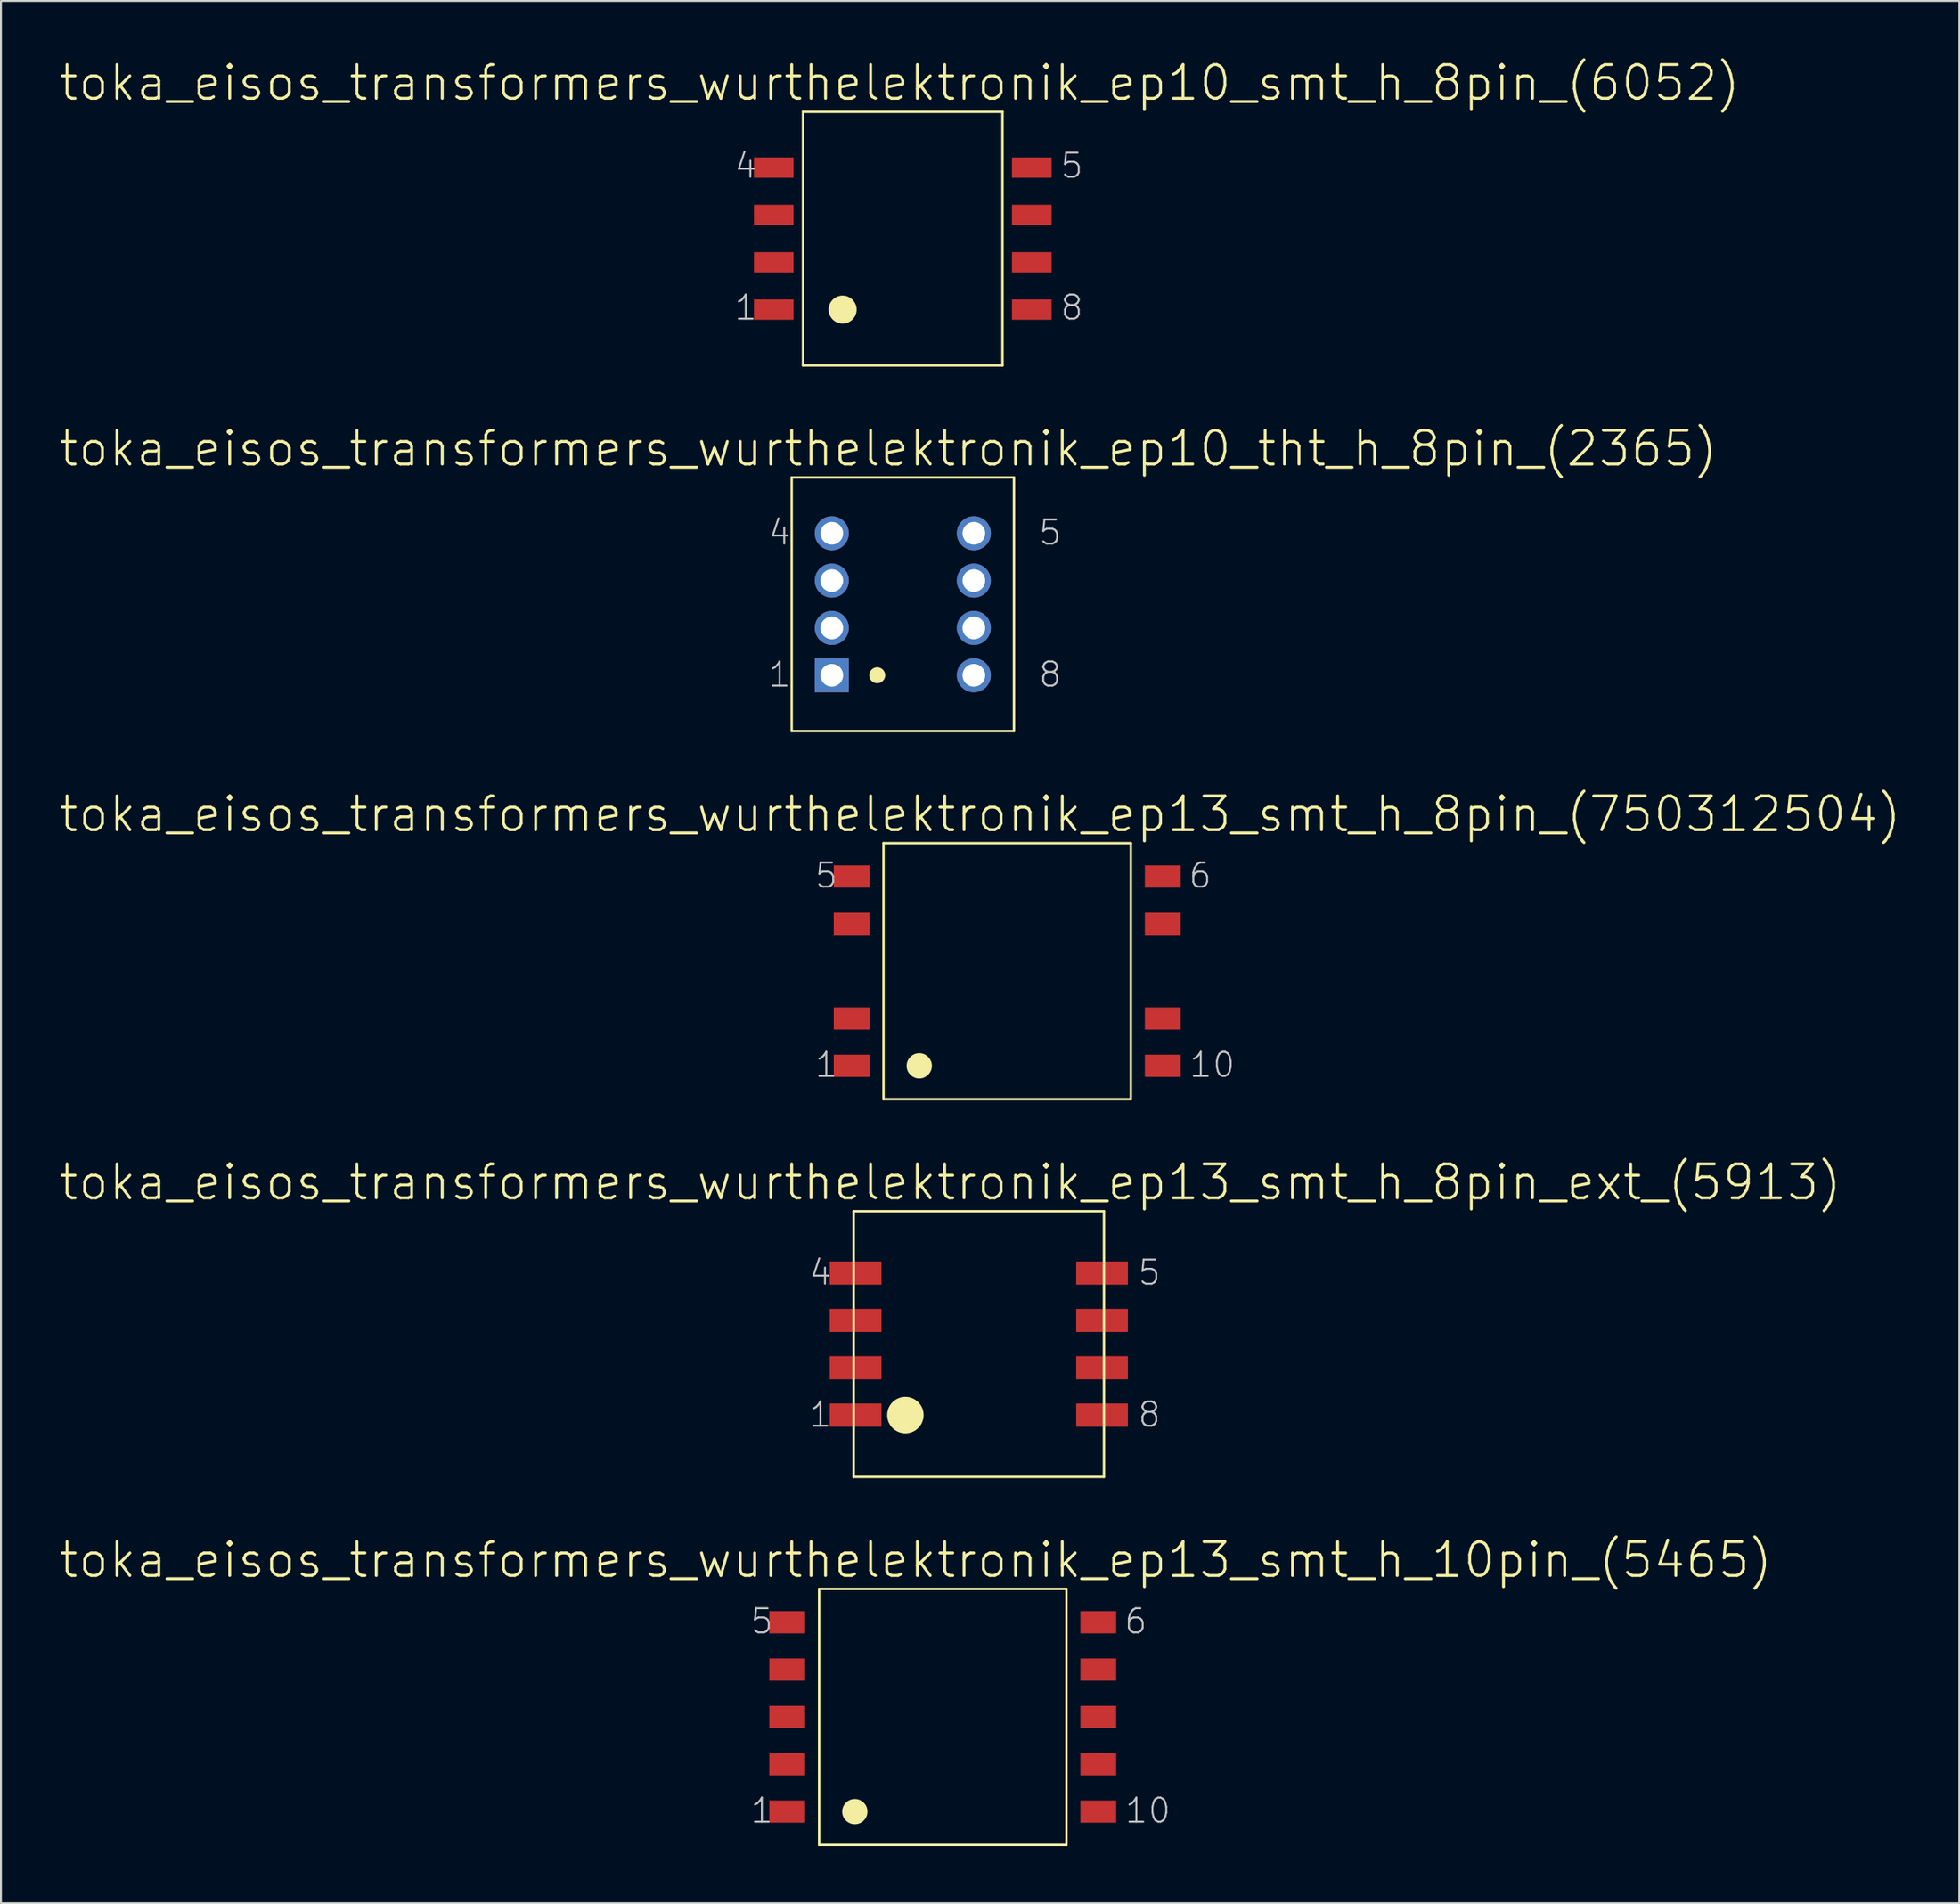
<source format=kicad_pcb>
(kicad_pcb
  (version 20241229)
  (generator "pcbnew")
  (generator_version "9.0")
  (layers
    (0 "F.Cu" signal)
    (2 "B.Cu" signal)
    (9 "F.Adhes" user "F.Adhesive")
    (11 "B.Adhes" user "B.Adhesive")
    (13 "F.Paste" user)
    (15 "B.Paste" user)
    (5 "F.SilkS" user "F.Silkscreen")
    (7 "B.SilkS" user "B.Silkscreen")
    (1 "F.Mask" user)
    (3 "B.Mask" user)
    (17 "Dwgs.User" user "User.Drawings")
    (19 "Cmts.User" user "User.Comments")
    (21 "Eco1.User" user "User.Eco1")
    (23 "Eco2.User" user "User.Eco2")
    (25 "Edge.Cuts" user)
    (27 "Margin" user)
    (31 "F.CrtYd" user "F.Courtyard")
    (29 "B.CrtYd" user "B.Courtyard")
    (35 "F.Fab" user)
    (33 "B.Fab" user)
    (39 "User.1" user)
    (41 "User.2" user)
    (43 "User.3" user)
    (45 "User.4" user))
  (footprint "toka_eisos_transformers_wurthelektronik_ep10_smt_h_8pin_(6052)"
    (layer "F.Cu")
    (at 44.412 9.499)
    (property "Reference" "toka_eisos_transformers_wurthelektronik_ep10_smt_h_8pin_(6052)" (at -0.165 -8.191 0) (layer "F.SilkS") (effects (font (size 1.778 1.778) (thickness 0.152))))
    (attr smd)
    (fp_line (start -5.245 -6.668) (end -5.245 6.668) (stroke (width 0.127) (type solid)) (layer "F.SilkS"))
    (fp_line (start -5.245 -6.668) (end 5.245 -6.668) (stroke (width 0.127) (type solid)) (layer "F.SilkS"))
    (fp_line (start -5.245 6.668) (end 5.245 6.668) (stroke (width 0.127) (type solid)) (layer "F.SilkS"))
    (fp_line (start 5.245 -6.668) (end 5.245 6.668) (stroke (width 0.127) (type solid)) (layer "F.SilkS"))
    (fp_circle (center -3.162 3.734) (end -3.683 4.255) (stroke (width 0) (type solid)) (fill yes) (layer "F.SilkS"))
    (fp_text user "8" (at 8.89 3.63 0) (layer "Dwgs.User") (effects (font (size 1.27 1.27) (thickness 0.102))))
    (fp_text user "5" (at 8.89 -3.835 0) (layer "Dwgs.User") (effects (font (size 1.27 1.27) (thickness 0.102))))
    (fp_text user "4" (at -8.255 -3.835 0) (layer "Dwgs.User") (effects (font (size 1.27 1.27) (thickness 0.102))))
    (fp_text user "1" (at -8.255 3.63 0) (layer "Dwgs.User") (effects (font (size 1.27 1.27) (thickness 0.102))))
    (pad "1" smd rect (at -6.782 3.734) (size 2.083 1.067) (layers "F.Cu" "F.Mask" "F.Paste"))
    (pad "2" smd rect (at -6.782 1.245) (size 2.083 1.067) (layers "F.Cu" "F.Mask" "F.Paste"))
    (pad "3" smd rect (at -6.782 -1.245) (size 2.083 1.067) (layers "F.Cu" "F.Mask" "F.Paste"))
    (pad "4" smd rect (at -6.782 -3.734) (size 2.083 1.067) (layers "F.Cu" "F.Mask" "F.Paste"))
    (pad "5" smd rect (at 6.782 -3.734) (size 2.083 1.067) (layers "F.Cu" "F.Mask" "F.Paste"))
    (pad "6" smd rect (at 6.782 -1.245) (size 2.083 1.067) (layers "F.Cu" "F.Mask" "F.Paste"))
    (pad "7" smd rect (at 6.782 1.245) (size 2.083 1.067) (layers "F.Cu" "F.Mask" "F.Paste"))
    (pad "8" smd rect (at 6.782 3.734) (size 2.083 1.067) (layers "F.Cu" "F.Mask" "F.Paste")))
  (footprint "toka_eisos_transformers_wurthelektronik_ep13_smt_h_8pin_(750312504)"
    (layer "F.Cu")
    (at 49.903 48.023)
    (property "Reference" "toka_eisos_transformers_wurthelektronik_ep13_smt_h_8pin_(750312504)" (at -1.422 -8.255 0) (layer "F.SilkS") (effects (font (size 1.778 1.778) (thickness 0.152))))
    (attr smd)
    (fp_line (start -6.502 -6.731) (end -6.502 6.731) (stroke (width 0.127) (type solid)) (layer "F.SilkS"))
    (fp_line (start -6.502 -6.731) (end 6.502 -6.731) (stroke (width 0.127) (type solid)) (layer "F.SilkS"))
    (fp_line (start -6.502 6.731) (end 6.502 6.731) (stroke (width 0.127) (type solid)) (layer "F.SilkS"))
    (fp_line (start 6.502 -6.731) (end 6.502 6.731) (stroke (width 0.127) (type solid)) (layer "F.SilkS"))
    (fp_circle (center -4.623 4.978) (end -5.093 5.448) (stroke (width 0) (type solid)) (fill yes) (layer "F.SilkS"))
    (fp_text user "6" (at 10.147 -5.029 0) (layer "Dwgs.User") (effects (font (size 1.27 1.27) (thickness 0.102))))
    (fp_text user "5" (at -9.512 -5.029 0) (layer "Dwgs.User") (effects (font (size 1.27 1.27) (thickness 0.102))))
    (fp_text user "1" (at -9.512 4.928 0) (layer "Dwgs.User") (effects (font (size 1.27 1.27) (thickness 0.102))))
    (fp_text user "10" (at 10.782 4.928 0) (layer "Dwgs.User") (effects (font (size 1.27 1.27) (thickness 0.102))))
    (pad "1" smd rect (at -8.179 4.978) (size 1.88 1.168) (layers "F.Cu" "F.Mask" "F.Paste"))
    (pad "2" smd rect (at -8.179 2.489) (size 1.88 1.168) (layers "F.Cu" "F.Mask" "F.Paste"))
    (pad "4" smd rect (at -8.179 -2.489) (size 1.88 1.168) (layers "F.Cu" "F.Mask" "F.Paste"))
    (pad "5" smd rect (at -8.179 -4.978) (size 1.88 1.168) (layers "F.Cu" "F.Mask" "F.Paste"))
    (pad "6" smd rect (at 8.179 -4.978) (size 1.88 1.168) (layers "F.Cu" "F.Mask" "F.Paste"))
    (pad "7" smd rect (at 8.179 -2.489) (size 1.88 1.168) (layers "F.Cu" "F.Mask" "F.Paste"))
    (pad "9" smd rect (at 8.179 2.489) (size 1.88 1.168) (layers "F.Cu" "F.Mask" "F.Paste"))
    (pad "10" smd rect (at 8.179 4.978) (size 1.88 1.168) (layers "F.Cu" "F.Mask" "F.Paste")))
  (footprint "toka_eisos_transformers_wurthelektronik_ep13_smt_h_8pin_ext_(5913)"
    (layer "F.Cu")
    (at 48.412 67.634)
    (property "Reference" "toka_eisos_transformers_wurthelektronik_ep13_smt_h_8pin_ext_(5913)" (at -1.499 -8.509 0) (layer "F.SilkS") (effects (font (size 1.778 1.778) (thickness 0.152))))
    (attr smd)
    (fp_line (start -6.579 -6.985) (end -6.579 6.985) (stroke (width 0.127) (type solid)) (layer "F.SilkS"))
    (fp_line (start -6.579 -6.985) (end 6.579 -6.985) (stroke (width 0.127) (type solid)) (layer "F.SilkS"))
    (fp_line (start -6.579 6.985) (end 6.579 6.985) (stroke (width 0.127) (type solid)) (layer "F.SilkS"))
    (fp_line (start 6.579 -6.985) (end 6.579 6.985) (stroke (width 0.127) (type solid)) (layer "F.SilkS"))
    (fp_circle (center -3.861 3.734) (end -4.539 4.412) (stroke (width 0) (type solid)) (fill yes) (layer "F.SilkS"))
    (fp_text user "1" (at -8.331 3.708 0) (layer "Dwgs.User") (effects (font (size 1.27 1.27) (thickness 0.102))))
    (fp_text user "8" (at 8.966 3.708 0) (layer "Dwgs.User") (effects (font (size 1.27 1.27) (thickness 0.102))))
    (fp_text user "5" (at 8.966 -3.759 0) (layer "Dwgs.User") (effects (font (size 1.27 1.27) (thickness 0.102))))
    (fp_text user "4" (at -8.331 -3.759 0) (layer "Dwgs.User") (effects (font (size 1.27 1.27) (thickness 0.102))))
    (pad "1" smd rect (at -6.477 3.734) (size 2.718 1.219) (layers "F.Cu" "F.Mask" "F.Paste"))
    (pad "2" smd rect (at -6.477 1.245) (size 2.718 1.219) (layers "F.Cu" "F.Mask" "F.Paste"))
    (pad "3" smd rect (at -6.477 -1.245) (size 2.718 1.219) (layers "F.Cu" "F.Mask" "F.Paste"))
    (pad "4" smd rect (at -6.477 -3.734) (size 2.718 1.219) (layers "F.Cu" "F.Mask" "F.Paste"))
    (pad "5" smd rect (at 6.477 -3.734) (size 2.718 1.219) (layers "F.Cu" "F.Mask" "F.Paste"))
    (pad "6" smd rect (at 6.477 -1.245) (size 2.718 1.219) (layers "F.Cu" "F.Mask" "F.Paste"))
    (pad "7" smd rect (at 6.477 1.245) (size 2.718 1.219) (layers "F.Cu" "F.Mask" "F.Paste"))
    (pad "8" smd rect (at 6.477 3.734) (size 2.718 1.219) (layers "F.Cu" "F.Mask" "F.Paste")))
  (footprint "toka_eisos_transformers_wurthelektronik_ep13_smt_h_10pin_(5465)"
    (layer "F.Cu")
    (at 46.516 87.245)
    (property "Reference" "toka_eisos_transformers_wurthelektronik_ep13_smt_h_10pin_(5465)" (at -1.422 -8.255 0) (layer "F.SilkS") (effects (font (size 1.778 1.778) (thickness 0.152))))
    (attr smd)
    (fp_line (start -6.502 -6.731) (end -6.502 6.731) (stroke (width 0.127) (type solid)) (layer "F.SilkS"))
    (fp_line (start -6.502 -6.731) (end 6.502 -6.731) (stroke (width 0.127) (type solid)) (layer "F.SilkS"))
    (fp_line (start -6.502 6.731) (end 6.502 6.731) (stroke (width 0.127) (type solid)) (layer "F.SilkS"))
    (fp_line (start 6.502 -6.731) (end 6.502 6.731) (stroke (width 0.127) (type solid)) (layer "F.SilkS"))
    (fp_circle (center -4.623 4.978) (end -5.093 5.448) (stroke (width 0) (type solid)) (fill yes) (layer "F.SilkS"))
    (fp_text user "5" (at -9.512 -5.029 0) (layer "Dwgs.User") (effects (font (size 1.27 1.27) (thickness 0.102))))
    (fp_text user "6" (at 10.147 -5.029 0) (layer "Dwgs.User") (effects (font (size 1.27 1.27) (thickness 0.102))))
    (fp_text user "1" (at -9.512 4.928 0) (layer "Dwgs.User") (effects (font (size 1.27 1.27) (thickness 0.102))))
    (fp_text user "10" (at 10.782 4.928 0) (layer "Dwgs.User") (effects (font (size 1.27 1.27) (thickness 0.102))))
    (pad "1" smd rect (at -8.179 4.978) (size 1.88 1.168) (layers "F.Cu" "F.Mask" "F.Paste"))
    (pad "2" smd rect (at -8.179 2.489) (size 1.88 1.168) (layers "F.Cu" "F.Mask" "F.Paste"))
    (pad "3" smd rect (at -8.179 0) (size 1.88 1.168) (layers "F.Cu" "F.Mask" "F.Paste"))
    (pad "4" smd rect (at -8.179 -2.489) (size 1.88 1.168) (layers "F.Cu" "F.Mask" "F.Paste"))
    (pad "5" smd rect (at -8.179 -4.978) (size 1.88 1.168) (layers "F.Cu" "F.Mask" "F.Paste"))
    (pad "6" smd rect (at 8.179 -4.978) (size 1.88 1.168) (layers "F.Cu" "F.Mask" "F.Paste"))
    (pad "7" smd rect (at 8.179 -2.489) (size 1.88 1.168) (layers "F.Cu" "F.Mask" "F.Paste"))
    (pad "8" smd rect (at 8.179 0) (size 1.88 1.168) (layers "F.Cu" "F.Mask" "F.Paste"))
    (pad "9" smd rect (at 8.179 2.489) (size 1.88 1.168) (layers "F.Cu" "F.Mask" "F.Paste"))
    (pad "10" smd rect (at 8.179 4.978) (size 1.88 1.168) (layers "F.Cu" "F.Mask" "F.Paste")))
  (footprint "toka_eisos_transformers_wurthelektronik_ep10_tht_h_8pin_(2365)"
    (layer "F.Cu")
    (at 44.416 28.729)
    (property "Reference" "toka_eisos_transformers_wurthelektronik_ep10_tht_h_8pin_(2365)" (at -0.762 -8.191 0) (layer "F.SilkS") (effects (font (size 1.778 1.778) (thickness 0.152))))
    (attr exclude_from_pos_files exclude_from_bom)
    (fp_line (start -5.842 -6.668) (end -5.842 6.668) (stroke (width 0.127) (type solid)) (layer "F.SilkS"))
    (fp_line (start -5.842 -6.668) (end 5.842 -6.668) (stroke (width 0.127) (type solid)) (layer "F.SilkS"))
    (fp_line (start -5.842 6.668) (end 5.842 6.668) (stroke (width 0.127) (type solid)) (layer "F.SilkS"))
    (fp_line (start 5.842 -6.668) (end 5.842 6.668) (stroke (width 0.127) (type solid)) (layer "F.SilkS"))
    (fp_circle (center -1.346 3.734) (end -1.643 4.031) (stroke (width 0) (type solid)) (fill yes) (layer "F.SilkS"))
    (fp_text user "1" (at -6.477 3.696 0) (layer "Dwgs.User") (effects (font (size 1.27 1.27) (thickness 0.102))))
    (fp_text user "8" (at 7.747 3.696 0) (layer "Dwgs.User") (effects (font (size 1.27 1.27) (thickness 0.102))))
    (fp_text user "4" (at -6.477 -3.772 0) (layer "Dwgs.User") (effects (font (size 1.27 1.27) (thickness 0.102))))
    (fp_text user "5" (at 7.747 -3.772 0) (layer "Dwgs.User") (effects (font (size 1.27 1.27) (thickness 0.102))))
    (pad "1" thru_hole rect (at -3.734 3.734) (size 1.788 1.788) (drill 1.194) (layers "*.Cu" "*.Paste" "*.Mask"))
    (pad "2" thru_hole circle (at -3.734 1.245) (size 1.788 1.788) (drill 1.194) (layers "*.Cu" "*.Paste" "*.Mask"))
    (pad "3" thru_hole circle (at -3.734 -1.245) (size 1.788 1.788) (drill 1.194) (layers "*.Cu" "*.Paste" "*.Mask"))
    (pad "4" thru_hole circle (at -3.734 -3.734) (size 1.788 1.788) (drill 1.194) (layers "*.Cu" "*.Paste" "*.Mask"))
    (pad "5" thru_hole circle (at 3.734 -3.734) (size 1.788 1.788) (drill 1.194) (layers "*.Cu" "*.Paste" "*.Mask"))
    (pad "6" thru_hole circle (at 3.734 -1.245) (size 1.788 1.788) (drill 1.194) (layers "*.Cu" "*.Paste" "*.Mask"))
    (pad "7" thru_hole circle (at 3.734 1.245) (size 1.788 1.788) (drill 1.194) (layers "*.Cu" "*.Paste" "*.Mask"))
    (pad "8" thru_hole circle (at 3.734 3.734) (size 1.788 1.788) (drill 1.194) (layers "*.Cu" "*.Paste" "*.Mask")))
  (gr_rect
    (start -3 -3)
    (end 99.96 97.039)
    (stroke (width 0.1) (type default))
    (fill no)
    (layer "Edge.Cuts")))
</source>
